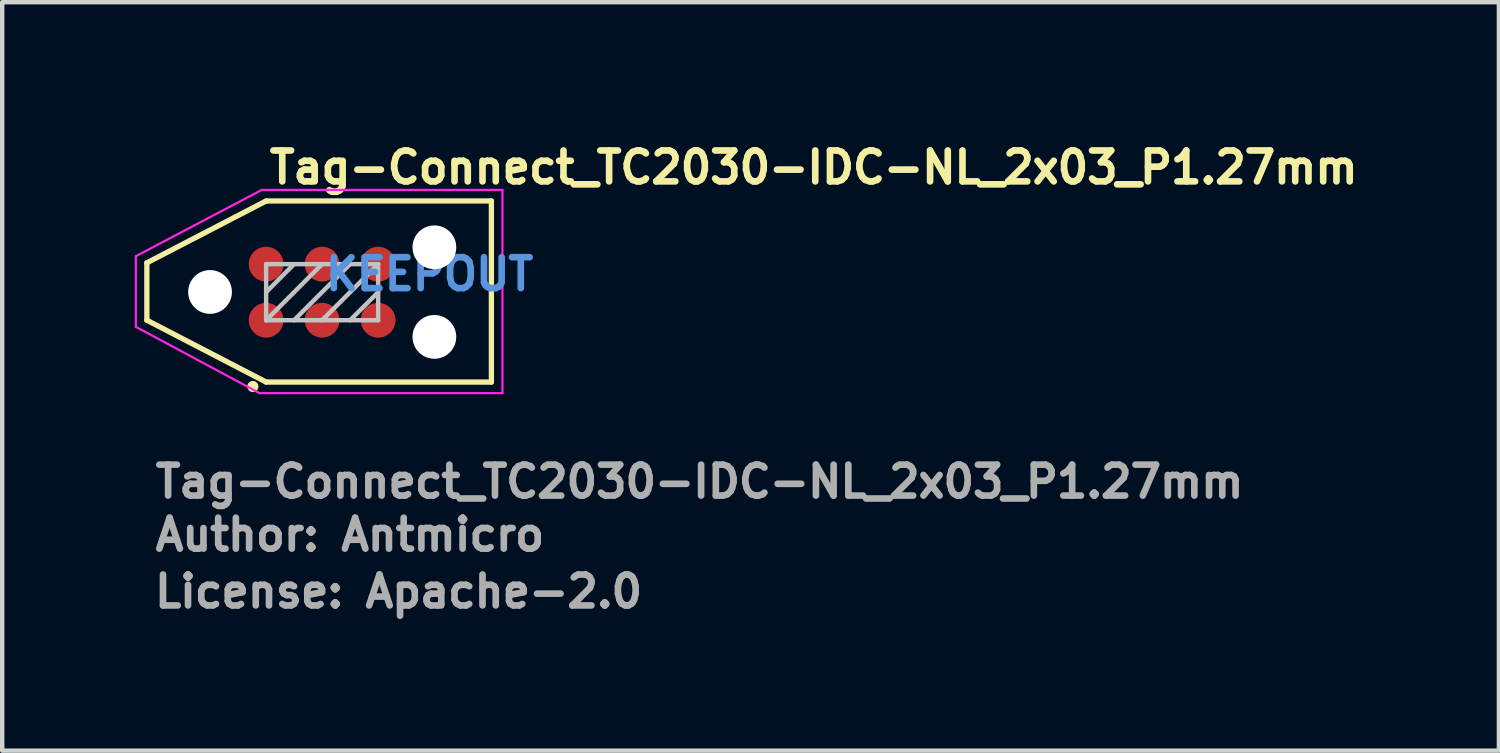
<source format=kicad_pcb>
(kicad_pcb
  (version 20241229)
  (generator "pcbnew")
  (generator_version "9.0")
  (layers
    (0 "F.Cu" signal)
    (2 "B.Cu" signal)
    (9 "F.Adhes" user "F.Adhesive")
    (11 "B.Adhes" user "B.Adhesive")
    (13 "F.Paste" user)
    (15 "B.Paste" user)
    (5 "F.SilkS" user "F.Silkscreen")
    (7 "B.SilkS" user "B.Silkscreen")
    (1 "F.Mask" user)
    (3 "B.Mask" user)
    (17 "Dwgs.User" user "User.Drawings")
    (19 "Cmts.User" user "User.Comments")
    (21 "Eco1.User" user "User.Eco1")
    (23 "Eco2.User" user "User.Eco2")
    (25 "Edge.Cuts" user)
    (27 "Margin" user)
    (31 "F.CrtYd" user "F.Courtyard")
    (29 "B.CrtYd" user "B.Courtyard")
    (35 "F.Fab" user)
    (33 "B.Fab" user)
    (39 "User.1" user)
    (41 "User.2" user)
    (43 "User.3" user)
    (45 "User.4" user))
  (footprint "Tag-Connect_TC2030-IDC-NL_2x03_P1.27mm"
    (layer "F.Cu")
    (at 2.975 4.2)
    (property "Reference" "Tag-Connect_TC2030-IDC-NL_2x03_P1.27mm" (at 0 -3.05 0) (layer "F.SilkS") (effects (font (size 0.7 0.7) (thickness 0.15)) (justify left bottom)))
    (fp_line (start -2.7 -1.3) (end 0 -2.7) (stroke (width 0.12) (type solid)) (layer "F.SilkS"))
    (fp_line (start -2.7 0) (end -2.7 -1.3) (stroke (width 0.12) (type solid)) (layer "F.SilkS"))
    (fp_line (start 0 -2.7) (end 5.1 -2.7) (stroke (width 0.12) (type solid)) (layer "F.SilkS"))
    (fp_line (start 0 1.4) (end -2.7 0) (stroke (width 0.12) (type solid)) (layer "F.SilkS"))
    (fp_line (start 5.1 -2.7) (end 5.1 1.4) (stroke (width 0.12) (type solid)) (layer "F.SilkS"))
    (fp_line (start 5.1 1.4) (end 0 1.4) (stroke (width 0.12) (type solid)) (layer "F.SilkS"))
    (fp_circle (center -0.3 1.5) (end -0.249 1.5) (stroke (width 0.15) (type solid)) (fill yes) (layer "F.SilkS"))
    (fp_line (start 0 -1.27) (end 2.536 -1.27) (stroke (width 0.1) (type solid)) (layer "Dwgs.User"))
    (fp_line (start 0 -0.634) (end 0.631 -1.27) (stroke (width 0.1) (type solid)) (layer "Dwgs.User"))
    (fp_line (start 0 0) (end 0 -1.27) (stroke (width 0.1) (type solid)) (layer "Dwgs.User"))
    (fp_line (start 0 0) (end 1.267 -1.27) (stroke (width 0.1) (type solid)) (layer "Dwgs.User"))
    (fp_line (start 0.631 0) (end 1.9 -1.27) (stroke (width 0.1) (type solid)) (layer "Dwgs.User"))
    (fp_line (start 1.267 0) (end 2.536 -1.27) (stroke (width 0.1) (type solid)) (layer "Dwgs.User"))
    (fp_line (start 1.9 0) (end 2.536 -0.634) (stroke (width 0.1) (type solid)) (layer "Dwgs.User"))
    (fp_line (start 2.536 -1.27) (end 2.536 0) (stroke (width 0.1) (type solid)) (layer "Dwgs.User"))
    (fp_line (start 2.536 0) (end 0 0) (stroke (width 0.1) (type solid)) (layer "Dwgs.User"))
    (fp_line (start -2.95 0.15) (end -2.95 -1.45) (stroke (width 0.05) (type solid)) (layer "F.CrtYd"))
    (fp_line (start -2.95 0.15) (end -0.15 1.65) (stroke (width 0.05) (type solid)) (layer "F.CrtYd"))
    (fp_line (start -0.1 -2.95) (end -2.95 -1.45) (stroke (width 0.05) (type solid)) (layer "F.CrtYd"))
    (fp_line (start -0.1 -2.95) (end 5.35 -2.95) (stroke (width 0.05) (type solid)) (layer "F.CrtYd"))
    (fp_line (start 5.35 -2.95) (end 5.35 1.65) (stroke (width 0.05) (type solid)) (layer "F.CrtYd"))
    (fp_line (start 5.35 1.65) (end -0.15 1.65) (stroke (width 0.05) (type solid)) (layer "F.CrtYd"))
    (fp_text user "KEEPOUT" (at 1.267 -0.634 0) (layer "Cmts.User") (effects (font (size 0.7 0.7) (thickness 0.15)) (justify left bottom)))
    (fp_text user "${REFERENCE}" (at -2.584 4.063 0) (layer "F.Fab") (effects (font (size 0.7 0.7) (thickness 0.15)) (justify left bottom)))
    (fp_text user "Author: Antmicro" (at -2.584 5.264 0) (layer "F.Fab") (effects (font (size 0.7 0.7) (thickness 0.15)) (justify left bottom)))
    (fp_text user "License: Apache-2.0" (at -2.6 6.55 0) (layer "F.Fab") (effects (font (size 0.7 0.7) (thickness 0.15)) (justify left bottom)))
    (pad "" np_thru_hole circle (at -1.27 -0.64) (size 0.991 0.991) (drill 0.991) (layers "*.Cu" "*.Mask"))
    (pad "" np_thru_hole circle (at 3.809 -1.651) (size 0.991 0.991) (drill 0.991) (layers "*.Cu" "*.Mask"))
    (pad "" np_thru_hole circle (at 3.809 0.377) (size 0.991 0.991) (drill 0.991) (layers "*.Cu" "*.Mask"))
    (pad "1" connect circle (at 0 0) (size 0.787 0.787) (layers "F.Cu" "F.Mask"))
    (pad "2" connect circle (at 0 -1.27) (size 0.787 0.787) (layers "F.Cu" "F.Mask"))
    (pad "3" connect circle (at 1.267 0) (size 0.787 0.787) (layers "F.Cu" "F.Mask"))
    (pad "4" connect circle (at 1.267 -1.27) (size 0.787 0.787) (layers "F.Cu" "F.Mask"))
    (pad "5" connect circle (at 2.536 0) (size 0.787 0.787) (layers "F.Cu" "F.Mask"))
    (pad "6" connect circle (at 2.536 -1.27) (size 0.787 0.787) (layers "F.Cu" "F.Mask")))
  (gr_rect
    (start -3 -3)
    (end 30.885 13.945)
    (stroke (width 0.1) (type default))
    (fill no)
    (layer "Edge.Cuts")))
</source>
